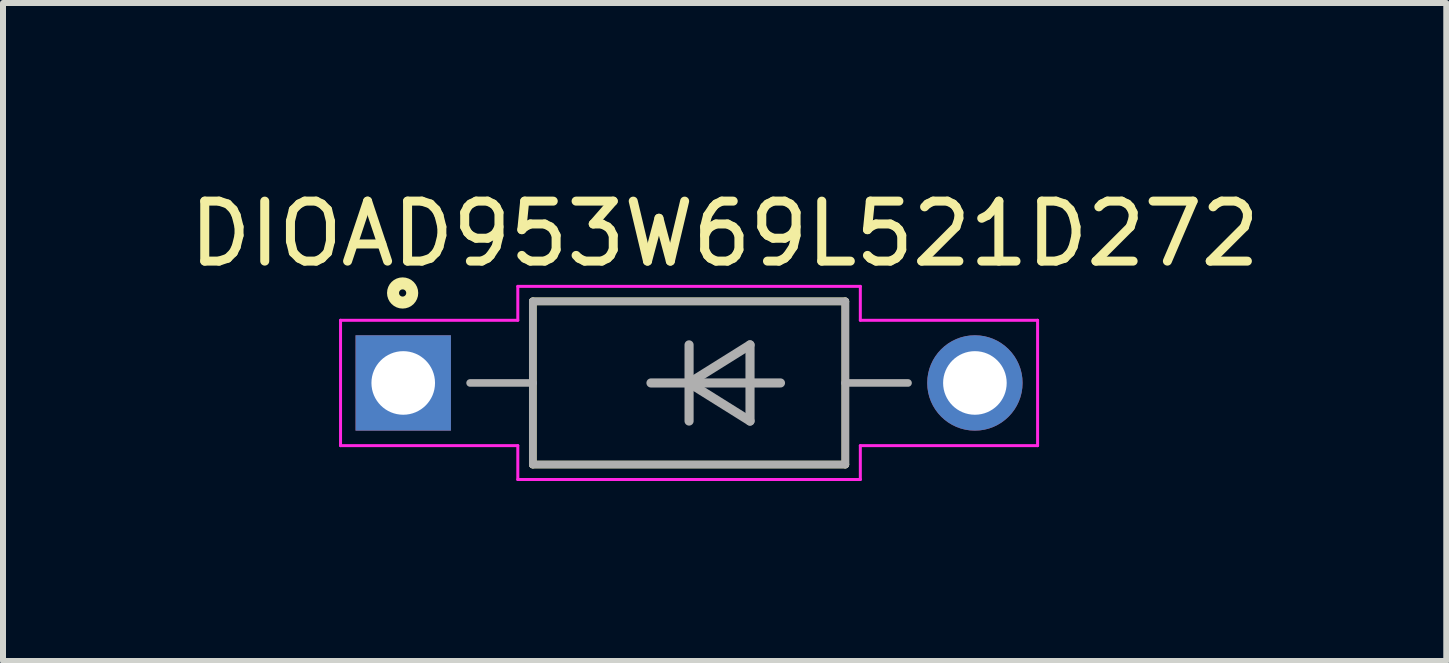
<source format=kicad_pcb>
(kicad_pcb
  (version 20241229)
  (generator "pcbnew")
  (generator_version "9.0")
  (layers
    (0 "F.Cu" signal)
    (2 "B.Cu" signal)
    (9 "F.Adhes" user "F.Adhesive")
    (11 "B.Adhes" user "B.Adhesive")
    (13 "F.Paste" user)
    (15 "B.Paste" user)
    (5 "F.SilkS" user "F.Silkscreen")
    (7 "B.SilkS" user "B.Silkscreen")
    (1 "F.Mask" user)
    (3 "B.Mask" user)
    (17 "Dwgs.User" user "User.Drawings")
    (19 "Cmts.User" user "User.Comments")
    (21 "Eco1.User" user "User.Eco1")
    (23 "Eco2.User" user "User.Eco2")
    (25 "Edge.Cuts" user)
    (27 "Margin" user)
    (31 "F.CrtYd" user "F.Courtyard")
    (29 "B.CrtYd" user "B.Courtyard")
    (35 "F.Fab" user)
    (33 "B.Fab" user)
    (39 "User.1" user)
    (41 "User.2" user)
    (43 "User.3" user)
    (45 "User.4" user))
  (footprint "DIOAD953W69L521D272"
    (layer "F.Cu")
    (at 8.437 3.334)
    (property "Reference" "DIOAD953W69L521D272" (at 0.593 -2.486 0) (layer "F.SilkS") (effects (font (size 1 1) (thickness 0.15))))
    (attr through_hole)
    (fp_line (start -2.605 -1.36) (end 2.605 -1.36) (stroke (width 0.127) (type solid)) (layer "F.SilkS"))
    (fp_line (start -2.605 1.36) (end -2.605 -1.36) (stroke (width 0.127) (type solid)) (layer "F.SilkS"))
    (fp_line (start 2.605 -1.36) (end 2.605 1.36) (stroke (width 0.127) (type solid)) (layer "F.SilkS"))
    (fp_line (start 2.605 1.36) (end -2.605 1.36) (stroke (width 0.127) (type solid)) (layer "F.SilkS"))
    (fp_circle (center -4.775 -1.5) (end -4.615 -1.5) (stroke (width 0.2) (type solid)) (fill no) (layer "F.SilkS"))
    (fp_line (start -5.81 -1.045) (end -2.855 -1.045) (stroke (width 0.05) (type solid)) (layer "F.CrtYd"))
    (fp_line (start -5.81 1.045) (end -5.81 -1.045) (stroke (width 0.05) (type solid)) (layer "F.CrtYd"))
    (fp_line (start -2.855 -1.61) (end 2.855 -1.61) (stroke (width 0.05) (type solid)) (layer "F.CrtYd"))
    (fp_line (start -2.855 -1.045) (end -2.855 -1.61) (stroke (width 0.05) (type solid)) (layer "F.CrtYd"))
    (fp_line (start -2.855 1.045) (end -5.81 1.045) (stroke (width 0.05) (type solid)) (layer "F.CrtYd"))
    (fp_line (start -2.855 1.61) (end -2.855 1.045) (stroke (width 0.05) (type solid)) (layer "F.CrtYd"))
    (fp_line (start 2.855 -1.61) (end 2.855 -1.045) (stroke (width 0.05) (type solid)) (layer "F.CrtYd"))
    (fp_line (start 2.855 -1.045) (end 5.81 -1.045) (stroke (width 0.05) (type solid)) (layer "F.CrtYd"))
    (fp_line (start 2.855 1.045) (end 2.855 1.61) (stroke (width 0.05) (type solid)) (layer "F.CrtYd"))
    (fp_line (start 2.855 1.61) (end -2.855 1.61) (stroke (width 0.05) (type solid)) (layer "F.CrtYd"))
    (fp_line (start 5.81 -1.045) (end 5.81 1.045) (stroke (width 0.05) (type solid)) (layer "F.CrtYd"))
    (fp_line (start 5.81 1.045) (end 2.855 1.045) (stroke (width 0.05) (type solid)) (layer "F.CrtYd"))
    (fp_line (start -2.605 -1.36) (end -2.605 1.36) (stroke (width 0.127) (type solid)) (layer "F.Fab"))
    (fp_line (start -2.605 -1.36) (end 2.605 -1.36) (stroke (width 0.127) (type solid)) (layer "F.Fab"))
    (fp_line (start -2.6 0) (end -3.65 0) (stroke (width 0.127) (type solid)) (layer "F.Fab"))
    (fp_line (start -0.635 0) (end 0 0) (stroke (width 0.152) (type solid)) (layer "F.Fab"))
    (fp_line (start 0 -0.635) (end 0 0) (stroke (width 0.152) (type solid)) (layer "F.Fab"))
    (fp_line (start 0 0) (end 0 0.635) (stroke (width 0.152) (type solid)) (layer "F.Fab"))
    (fp_line (start 0 0) (end 1.016 -0.635) (stroke (width 0.152) (type solid)) (layer "F.Fab"))
    (fp_line (start 0 0) (end 1.524 0) (stroke (width 0.152) (type solid)) (layer "F.Fab"))
    (fp_line (start 1.016 -0.635) (end 1.016 0.635) (stroke (width 0.152) (type solid)) (layer "F.Fab"))
    (fp_line (start 1.016 0.635) (end 0 0) (stroke (width 0.152) (type solid)) (layer "F.Fab"))
    (fp_line (start 2.6 0) (end 3.65 0) (stroke (width 0.127) (type solid)) (layer "F.Fab"))
    (fp_line (start 2.605 1.36) (end -2.605 1.36) (stroke (width 0.127) (type solid)) (layer "F.Fab"))
    (fp_line (start 2.605 1.36) (end 2.605 -1.36) (stroke (width 0.127) (type solid)) (layer "F.Fab"))
    (pad "A" thru_hole circle (at 4.765 0) (size 1.59 1.59) (drill 1.06) (layers "*.Cu" "*.Mask"))
    (pad "C" thru_hole rect (at -4.765 0) (size 1.59 1.59) (drill 1.06) (layers "*.Cu" "*.Mask")))
  (gr_rect
    (start -3 -3)
    (end 21.06 7.969)
    (stroke (width 0.1) (type default))
    (fill no)
    (layer "Edge.Cuts")))
</source>
